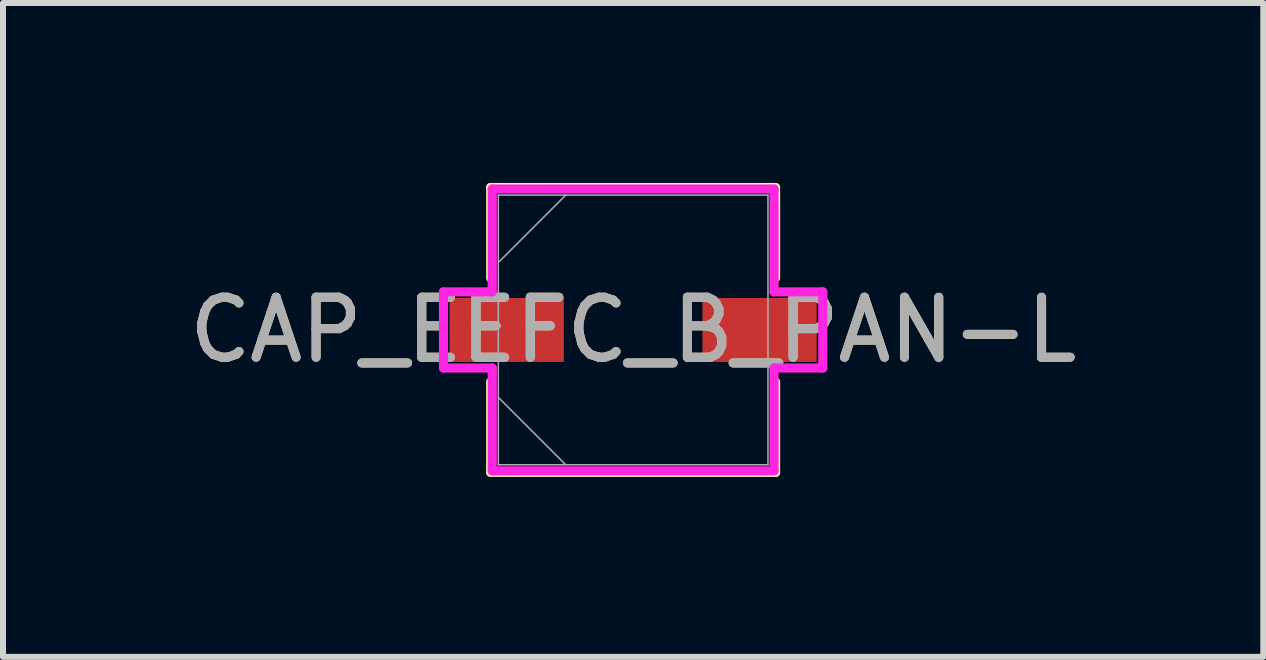
<source format=kicad_pcb>
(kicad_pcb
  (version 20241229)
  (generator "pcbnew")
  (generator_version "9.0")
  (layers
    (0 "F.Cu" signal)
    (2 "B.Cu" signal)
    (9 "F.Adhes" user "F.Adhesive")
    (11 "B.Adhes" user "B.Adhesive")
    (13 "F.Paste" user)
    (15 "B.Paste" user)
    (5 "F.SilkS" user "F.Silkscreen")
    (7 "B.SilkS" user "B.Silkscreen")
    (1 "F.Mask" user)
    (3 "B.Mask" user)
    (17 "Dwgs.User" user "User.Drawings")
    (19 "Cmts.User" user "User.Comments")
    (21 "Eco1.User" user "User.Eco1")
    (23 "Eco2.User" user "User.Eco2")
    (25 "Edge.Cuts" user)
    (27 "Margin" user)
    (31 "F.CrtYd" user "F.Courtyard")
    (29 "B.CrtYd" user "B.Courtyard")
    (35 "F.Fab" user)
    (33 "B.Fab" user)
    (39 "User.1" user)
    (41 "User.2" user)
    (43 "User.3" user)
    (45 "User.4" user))
  (footprint "CAP_EEFC_B_PAN-L"
    (layer "F.Cu")
    (at 7.506 2.451)
    (property "Reference" "CAP_EEFC_B_PAN-L" (at 0 0 0) (unlocked yes) (layer "F.SilkS") (effects (font (size 1 1) (thickness 0.15))))
    (attr smd)
    (fp_line (start -2.375 -2.375) (end -2.375 -0.866) (stroke (width 0.152) (type solid)) (layer "F.SilkS"))
    (fp_line (start -2.375 0.866) (end -2.375 2.375) (stroke (width 0.152) (type solid)) (layer "F.SilkS"))
    (fp_line (start -2.375 2.375) (end 2.375 2.375) (stroke (width 0.152) (type solid)) (layer "F.SilkS"))
    (fp_line (start 2.375 -2.375) (end -2.375 -2.375) (stroke (width 0.152) (type solid)) (layer "F.SilkS"))
    (fp_line (start 2.375 -0.866) (end 2.375 -2.375) (stroke (width 0.152) (type solid)) (layer "F.SilkS"))
    (fp_line (start 2.375 2.375) (end 2.375 0.866) (stroke (width 0.152) (type solid)) (layer "F.SilkS"))
    (fp_line (start -3.162 -0.635) (end -2.349 -0.635) (stroke (width 0.152) (type solid)) (layer "F.CrtYd"))
    (fp_line (start -3.162 0.635) (end -3.162 -0.635) (stroke (width 0.152) (type solid)) (layer "F.CrtYd"))
    (fp_line (start -2.349 -2.349) (end 2.349 -2.349) (stroke (width 0.152) (type solid)) (layer "F.CrtYd"))
    (fp_line (start -2.349 -0.635) (end -2.349 -2.349) (stroke (width 0.152) (type solid)) (layer "F.CrtYd"))
    (fp_line (start -2.349 0.635) (end -3.162 0.635) (stroke (width 0.152) (type solid)) (layer "F.CrtYd"))
    (fp_line (start -2.349 2.349) (end -2.349 0.635) (stroke (width 0.152) (type solid)) (layer "F.CrtYd"))
    (fp_line (start 2.349 -2.349) (end 2.349 -0.635) (stroke (width 0.152) (type solid)) (layer "F.CrtYd"))
    (fp_line (start 2.349 -0.635) (end 3.162 -0.635) (stroke (width 0.152) (type solid)) (layer "F.CrtYd"))
    (fp_line (start 2.349 0.635) (end 2.349 2.349) (stroke (width 0.152) (type solid)) (layer "F.CrtYd"))
    (fp_line (start 2.349 2.349) (end -2.349 2.349) (stroke (width 0.152) (type solid)) (layer "F.CrtYd"))
    (fp_line (start 3.162 -0.635) (end 3.162 0.635) (stroke (width 0.152) (type solid)) (layer "F.CrtYd"))
    (fp_line (start 3.162 0.635) (end 2.349 0.635) (stroke (width 0.152) (type solid)) (layer "F.CrtYd"))
    (fp_line (start -2.248 -2.248) (end -2.248 2.248) (stroke (width 0.025) (type solid)) (layer "F.Fab"))
    (fp_line (start -2.248 -1.124) (end -1.124 -2.248) (stroke (width 0.025) (type solid)) (layer "F.Fab"))
    (fp_line (start -2.248 1.124) (end -1.124 2.248) (stroke (width 0.025) (type solid)) (layer "F.Fab"))
    (fp_line (start -2.248 2.248) (end 2.248 2.248) (stroke (width 0.025) (type solid)) (layer "F.Fab"))
    (fp_line (start 2.248 -2.248) (end -2.248 -2.248) (stroke (width 0.025) (type solid)) (layer "F.Fab"))
    (fp_line (start 2.248 2.248) (end 2.248 -2.248) (stroke (width 0.025) (type solid)) (layer "F.Fab"))
    (fp_text user "${REFERENCE}" (at 0 0 0) (unlocked yes) (layer "F.Fab") (effects (font (size 1 1) (thickness 0.15))))
    (pad "1" smd rect (at -2.108 0) (size 1.905 1.067) (layers "F.Cu" "F.Mask" "F.Paste"))
    (pad "2" smd rect (at 2.108 0) (size 1.905 1.067) (layers "F.Cu" "F.Mask" "F.Paste"))
    (zone (net_name "") (layer "F.Cu") (hatch full 0.508) (connect_pads) (min_thickness 0.254) (filled_areas_thickness no) (keepout (tracks not_allowed) (vias not_allowed) (pads allowed) (copperpour not_allowed) (footprints allowed)) (placement (enabled no)) (fill) (polygon (pts (xy 5.309 0.254) (xy 9.703 0.254) (xy 9.703 1.867) (xy 5.309 1.867))))
    (zone (net_name "") (layer "F.Cu") (hatch full 0.508) (connect_pads) (min_thickness 0.254) (filled_areas_thickness no) (keepout (tracks not_allowed) (vias not_allowed) (pads allowed) (copperpour not_allowed) (footprints allowed)) (placement (enabled no)) (fill) (polygon (pts (xy 5.309 3.035) (xy 9.703 3.035) (xy 9.703 4.648) (xy 5.309 4.648))))
    (zone (net_name "") (layer "F.Cu") (hatch full 0.508) (connect_pads) (min_thickness 0.254) (filled_areas_thickness no) (keepout (tracks not_allowed) (vias not_allowed) (pads allowed) (copperpour not_allowed) (footprints allowed)) (placement (enabled no)) (fill) (polygon (pts (xy 6.401 1.867) (xy 8.611 1.867) (xy 8.611 3.035) (xy 6.401 3.035)))))
  (gr_rect
    (start -3 -3)
    (end 18.012 7.902)
    (stroke (width 0.1) (type default))
    (fill no)
    (layer "Edge.Cuts")))
</source>
